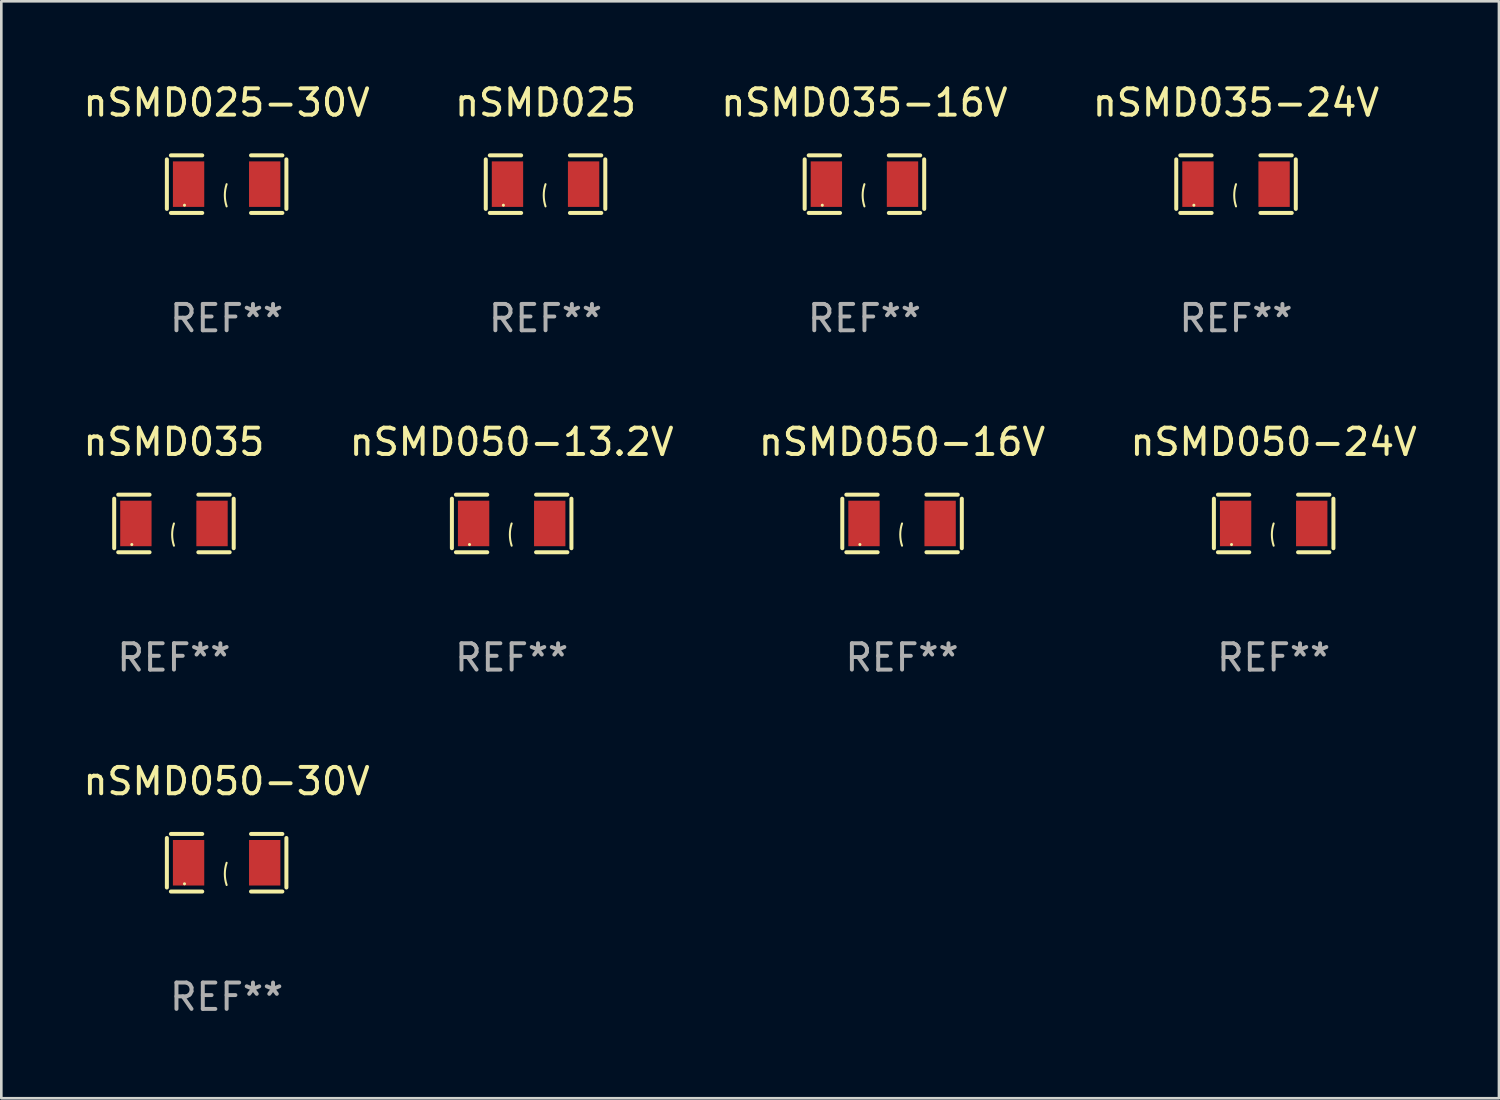
<source format=kicad_pcb>
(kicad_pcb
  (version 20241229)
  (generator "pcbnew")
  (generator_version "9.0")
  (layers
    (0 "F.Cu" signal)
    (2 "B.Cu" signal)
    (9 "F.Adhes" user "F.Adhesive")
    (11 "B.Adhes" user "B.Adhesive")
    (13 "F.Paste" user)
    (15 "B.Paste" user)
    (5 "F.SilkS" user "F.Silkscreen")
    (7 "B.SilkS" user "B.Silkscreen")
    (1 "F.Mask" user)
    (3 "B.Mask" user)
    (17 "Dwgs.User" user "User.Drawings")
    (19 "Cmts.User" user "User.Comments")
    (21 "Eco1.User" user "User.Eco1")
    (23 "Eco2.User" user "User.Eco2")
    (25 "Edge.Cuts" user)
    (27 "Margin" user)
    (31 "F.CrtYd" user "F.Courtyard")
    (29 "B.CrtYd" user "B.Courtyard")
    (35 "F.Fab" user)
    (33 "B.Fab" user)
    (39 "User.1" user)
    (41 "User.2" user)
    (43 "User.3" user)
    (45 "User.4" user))
  (footprint "nSMD050-16V"
    (layer "F.Cu")
    (at 31.196 16.823)
    (property "Reference" "nSMD050-16V" (at 0 -3.093 0) (layer "F.SilkS") (effects (font (size 1 1) (thickness 0.15))))
    (attr through_hole)
    (fp_line (start -2.269 -0.94) (end -2.269 0.94) (stroke (width 0.152) (type solid)) (layer "F.SilkS"))
    (fp_line (start -2.116 1.093) (end -0.926 1.093) (stroke (width 0.152) (type solid)) (layer "F.SilkS"))
    (fp_line (start -0.926 -1.093) (end -2.116 -1.093) (stroke (width 0.152) (type solid)) (layer "F.SilkS"))
    (fp_line (start 0.926 -1.093) (end 2.116 -1.093) (stroke (width 0.152) (type solid)) (layer "F.SilkS"))
    (fp_line (start 2.116 1.093) (end 0.926 1.093) (stroke (width 0.152) (type solid)) (layer "F.SilkS"))
    (fp_line (start 2.269 -0.94) (end 2.269 0.94) (stroke (width 0.152) (type solid)) (layer "F.SilkS"))
    (fp_arc (start 0 0.844951) (mid -0.068559 0.422475) (end 0 0) (stroke (width 0.0762) (type solid)) (layer "F.SilkS"))
    (fp_circle (center -1.6 0.8) (end -1.57 0.8) (stroke (width 0.06) (type solid)) (fill no) (layer "F.SilkS"))
    (fp_text user "REF**" (at 0 5.093 0) (layer "F.Fab") (effects (font (size 1 1) (thickness 0.15))))
    (pad "1" smd rect (at -1.445 0) (size 1.19 1.728) (layers "F.Cu" "F.Mask" "F.Paste"))
    (pad "2" smd rect (at 1.445 0) (size 1.19 1.728) (layers "F.Cu" "F.Mask" "F.Paste")))
  (footprint "nSMD035"
    (layer "F.Cu")
    (at 3.554 16.823)
    (property "Reference" "nSMD035" (at 0 -3.093 0) (layer "F.SilkS") (effects (font (size 1 1) (thickness 0.15))))
    (attr through_hole)
    (fp_line (start -2.269 -0.94) (end -2.269 0.94) (stroke (width 0.152) (type solid)) (layer "F.SilkS"))
    (fp_line (start -2.116 1.093) (end -0.926 1.093) (stroke (width 0.152) (type solid)) (layer "F.SilkS"))
    (fp_line (start -0.926 -1.093) (end -2.116 -1.093) (stroke (width 0.152) (type solid)) (layer "F.SilkS"))
    (fp_line (start 0.926 -1.093) (end 2.116 -1.093) (stroke (width 0.152) (type solid)) (layer "F.SilkS"))
    (fp_line (start 2.116 1.093) (end 0.926 1.093) (stroke (width 0.152) (type solid)) (layer "F.SilkS"))
    (fp_line (start 2.269 -0.94) (end 2.269 0.94) (stroke (width 0.152) (type solid)) (layer "F.SilkS"))
    (fp_arc (start 0 0.844951) (mid -0.068559 0.422475) (end 0 0) (stroke (width 0.0762) (type solid)) (layer "F.SilkS"))
    (fp_circle (center -1.6 0.8) (end -1.57 0.8) (stroke (width 0.06) (type solid)) (fill no) (layer "F.SilkS"))
    (fp_text user "REF**" (at 0 5.093 0) (layer "F.Fab") (effects (font (size 1 1) (thickness 0.15))))
    (pad "1" smd rect (at -1.445 0) (size 1.19 1.728) (layers "F.Cu" "F.Mask" "F.Paste"))
    (pad "2" smd rect (at 1.445 0) (size 1.19 1.728) (layers "F.Cu" "F.Mask" "F.Paste")))
  (footprint "nSMD035-16V"
    (layer "F.Cu")
    (at 29.768 3.941)
    (property "Reference" "nSMD035-16V" (at 0 -3.093 0) (layer "F.SilkS") (effects (font (size 1 1) (thickness 0.15))))
    (attr through_hole)
    (fp_line (start -2.269 -0.94) (end -2.269 0.94) (stroke (width 0.152) (type solid)) (layer "F.SilkS"))
    (fp_line (start -2.116 1.093) (end -0.926 1.093) (stroke (width 0.152) (type solid)) (layer "F.SilkS"))
    (fp_line (start -0.926 -1.093) (end -2.116 -1.093) (stroke (width 0.152) (type solid)) (layer "F.SilkS"))
    (fp_line (start 0.926 -1.093) (end 2.116 -1.093) (stroke (width 0.152) (type solid)) (layer "F.SilkS"))
    (fp_line (start 2.116 1.093) (end 0.926 1.093) (stroke (width 0.152) (type solid)) (layer "F.SilkS"))
    (fp_line (start 2.269 -0.94) (end 2.269 0.94) (stroke (width 0.152) (type solid)) (layer "F.SilkS"))
    (fp_arc (start 0 0.844951) (mid -0.068559 0.422475) (end 0 0) (stroke (width 0.0762) (type solid)) (layer "F.SilkS"))
    (fp_circle (center -1.6 0.8) (end -1.57 0.8) (stroke (width 0.06) (type solid)) (fill no) (layer "F.SilkS"))
    (fp_text user "REF**" (at 0 5.093 0) (layer "F.Fab") (effects (font (size 1 1) (thickness 0.15))))
    (pad "1" smd rect (at -1.445 0) (size 1.19 1.728) (layers "F.Cu" "F.Mask" "F.Paste"))
    (pad "2" smd rect (at 1.445 0) (size 1.19 1.728) (layers "F.Cu" "F.Mask" "F.Paste")))
  (footprint "nSMD050-24V"
    (layer "F.Cu")
    (at 45.304 16.823)
    (property "Reference" "nSMD050-24V" (at 0 -3.093 0) (layer "F.SilkS") (effects (font (size 1 1) (thickness 0.15))))
    (attr through_hole)
    (fp_line (start -2.269 -0.94) (end -2.269 0.94) (stroke (width 0.152) (type solid)) (layer "F.SilkS"))
    (fp_line (start -2.116 1.093) (end -0.926 1.093) (stroke (width 0.152) (type solid)) (layer "F.SilkS"))
    (fp_line (start -0.926 -1.093) (end -2.116 -1.093) (stroke (width 0.152) (type solid)) (layer "F.SilkS"))
    (fp_line (start 0.926 -1.093) (end 2.116 -1.093) (stroke (width 0.152) (type solid)) (layer "F.SilkS"))
    (fp_line (start 2.116 1.093) (end 0.926 1.093) (stroke (width 0.152) (type solid)) (layer "F.SilkS"))
    (fp_line (start 2.269 -0.94) (end 2.269 0.94) (stroke (width 0.152) (type solid)) (layer "F.SilkS"))
    (fp_arc (start 0 0.844951) (mid -0.068559 0.422475) (end 0 0) (stroke (width 0.0762) (type solid)) (layer "F.SilkS"))
    (fp_circle (center -1.6 0.8) (end -1.57 0.8) (stroke (width 0.06) (type solid)) (fill no) (layer "F.SilkS"))
    (fp_text user "REF**" (at 0 5.093 0) (layer "F.Fab") (effects (font (size 1 1) (thickness 0.15))))
    (pad "1" smd rect (at -1.445 0) (size 1.19 1.728) (layers "F.Cu" "F.Mask" "F.Paste"))
    (pad "2" smd rect (at 1.445 0) (size 1.19 1.728) (layers "F.Cu" "F.Mask" "F.Paste")))
  (footprint "nSMD025-30V"
    (layer "F.Cu")
    (at 5.554 3.941)
    (property "Reference" "nSMD025-30V" (at 0 -3.093 0) (layer "F.SilkS") (effects (font (size 1 1) (thickness 0.15))))
    (attr through_hole)
    (fp_line (start -2.269 -0.94) (end -2.269 0.94) (stroke (width 0.152) (type solid)) (layer "F.SilkS"))
    (fp_line (start -2.116 1.093) (end -0.926 1.093) (stroke (width 0.152) (type solid)) (layer "F.SilkS"))
    (fp_line (start -0.926 -1.093) (end -2.116 -1.093) (stroke (width 0.152) (type solid)) (layer "F.SilkS"))
    (fp_line (start 0.926 -1.093) (end 2.116 -1.093) (stroke (width 0.152) (type solid)) (layer "F.SilkS"))
    (fp_line (start 2.116 1.093) (end 0.926 1.093) (stroke (width 0.152) (type solid)) (layer "F.SilkS"))
    (fp_line (start 2.269 -0.94) (end 2.269 0.94) (stroke (width 0.152) (type solid)) (layer "F.SilkS"))
    (fp_arc (start 0 0.844951) (mid -0.068559 0.422475) (end 0 0) (stroke (width 0.0762) (type solid)) (layer "F.SilkS"))
    (fp_circle (center -1.6 0.8) (end -1.57 0.8) (stroke (width 0.06) (type solid)) (fill no) (layer "F.SilkS"))
    (fp_text user "REF**" (at 0 5.093 0) (layer "F.Fab") (effects (font (size 1 1) (thickness 0.15))))
    (pad "1" smd rect (at -1.445 0) (size 1.19 1.728) (layers "F.Cu" "F.Mask" "F.Paste"))
    (pad "2" smd rect (at 1.445 0) (size 1.19 1.728) (layers "F.Cu" "F.Mask" "F.Paste")))
  (footprint "nSMD035-24V"
    (layer "F.Cu")
    (at 43.875 3.941)
    (property "Reference" "nSMD035-24V" (at 0 -3.093 0) (layer "F.SilkS") (effects (font (size 1 1) (thickness 0.15))))
    (attr through_hole)
    (fp_line (start -2.269 -0.94) (end -2.269 0.94) (stroke (width 0.152) (type solid)) (layer "F.SilkS"))
    (fp_line (start -2.116 1.093) (end -0.926 1.093) (stroke (width 0.152) (type solid)) (layer "F.SilkS"))
    (fp_line (start -0.926 -1.093) (end -2.116 -1.093) (stroke (width 0.152) (type solid)) (layer "F.SilkS"))
    (fp_line (start 0.926 -1.093) (end 2.116 -1.093) (stroke (width 0.152) (type solid)) (layer "F.SilkS"))
    (fp_line (start 2.116 1.093) (end 0.926 1.093) (stroke (width 0.152) (type solid)) (layer "F.SilkS"))
    (fp_line (start 2.269 -0.94) (end 2.269 0.94) (stroke (width 0.152) (type solid)) (layer "F.SilkS"))
    (fp_arc (start 0 0.844951) (mid -0.068559 0.422475) (end 0 0) (stroke (width 0.0762) (type solid)) (layer "F.SilkS"))
    (fp_circle (center -1.6 0.8) (end -1.57 0.8) (stroke (width 0.06) (type solid)) (fill no) (layer "F.SilkS"))
    (fp_text user "REF**" (at 0 5.093 0) (layer "F.Fab") (effects (font (size 1 1) (thickness 0.15))))
    (pad "1" smd rect (at -1.445 0) (size 1.19 1.728) (layers "F.Cu" "F.Mask" "F.Paste"))
    (pad "2" smd rect (at 1.445 0) (size 1.19 1.728) (layers "F.Cu" "F.Mask" "F.Paste")))
  (footprint "nSMD050-30V"
    (layer "F.Cu")
    (at 5.554 29.704)
    (property "Reference" "nSMD050-30V" (at 0 -3.093 0) (layer "F.SilkS") (effects (font (size 1 1) (thickness 0.15))))
    (attr through_hole)
    (fp_line (start -2.269 -0.94) (end -2.269 0.94) (stroke (width 0.152) (type solid)) (layer "F.SilkS"))
    (fp_line (start -2.116 1.093) (end -0.926 1.093) (stroke (width 0.152) (type solid)) (layer "F.SilkS"))
    (fp_line (start -0.926 -1.093) (end -2.116 -1.093) (stroke (width 0.152) (type solid)) (layer "F.SilkS"))
    (fp_line (start 0.926 -1.093) (end 2.116 -1.093) (stroke (width 0.152) (type solid)) (layer "F.SilkS"))
    (fp_line (start 2.116 1.093) (end 0.926 1.093) (stroke (width 0.152) (type solid)) (layer "F.SilkS"))
    (fp_line (start 2.269 -0.94) (end 2.269 0.94) (stroke (width 0.152) (type solid)) (layer "F.SilkS"))
    (fp_arc (start 0 0.844951) (mid -0.068559 0.422475) (end 0 0) (stroke (width 0.0762) (type solid)) (layer "F.SilkS"))
    (fp_circle (center -1.6 0.8) (end -1.57 0.8) (stroke (width 0.06) (type solid)) (fill no) (layer "F.SilkS"))
    (fp_text user "REF**" (at 0 5.093 0) (layer "F.Fab") (effects (font (size 1 1) (thickness 0.15))))
    (pad "1" smd rect (at -1.445 0) (size 1.19 1.728) (layers "F.Cu" "F.Mask" "F.Paste"))
    (pad "2" smd rect (at 1.445 0) (size 1.19 1.728) (layers "F.Cu" "F.Mask" "F.Paste")))
  (footprint "nSMD025"
    (layer "F.Cu")
    (at 17.661 3.941)
    (property "Reference" "nSMD025" (at 0 -3.093 0) (layer "F.SilkS") (effects (font (size 1 1) (thickness 0.15))))
    (attr through_hole)
    (fp_line (start -2.269 -0.94) (end -2.269 0.94) (stroke (width 0.152) (type solid)) (layer "F.SilkS"))
    (fp_line (start -2.116 1.093) (end -0.926 1.093) (stroke (width 0.152) (type solid)) (layer "F.SilkS"))
    (fp_line (start -0.926 -1.093) (end -2.116 -1.093) (stroke (width 0.152) (type solid)) (layer "F.SilkS"))
    (fp_line (start 0.926 -1.093) (end 2.116 -1.093) (stroke (width 0.152) (type solid)) (layer "F.SilkS"))
    (fp_line (start 2.116 1.093) (end 0.926 1.093) (stroke (width 0.152) (type solid)) (layer "F.SilkS"))
    (fp_line (start 2.269 -0.94) (end 2.269 0.94) (stroke (width 0.152) (type solid)) (layer "F.SilkS"))
    (fp_arc (start 0 0.844951) (mid -0.068559 0.422475) (end 0 0) (stroke (width 0.0762) (type solid)) (layer "F.SilkS"))
    (fp_circle (center -1.6 0.8) (end -1.57 0.8) (stroke (width 0.06) (type solid)) (fill no) (layer "F.SilkS"))
    (fp_text user "REF**" (at 0 5.093 0) (layer "F.Fab") (effects (font (size 1 1) (thickness 0.15))))
    (pad "1" smd rect (at -1.445 0) (size 1.19 1.728) (layers "F.Cu" "F.Mask" "F.Paste"))
    (pad "2" smd rect (at 1.445 0) (size 1.19 1.728) (layers "F.Cu" "F.Mask" "F.Paste")))
  (footprint "nSMD050-13.2V"
    (layer "F.Cu")
    (at 16.375 16.823)
    (property "Reference" "nSMD050-13.2V" (at 0 -3.093 0) (layer "F.SilkS") (effects (font (size 1 1) (thickness 0.15))))
    (attr through_hole)
    (fp_line (start -2.269 -0.94) (end -2.269 0.94) (stroke (width 0.152) (type solid)) (layer "F.SilkS"))
    (fp_line (start -2.116 1.093) (end -0.926 1.093) (stroke (width 0.152) (type solid)) (layer "F.SilkS"))
    (fp_line (start -0.926 -1.093) (end -2.116 -1.093) (stroke (width 0.152) (type solid)) (layer "F.SilkS"))
    (fp_line (start 0.926 -1.093) (end 2.116 -1.093) (stroke (width 0.152) (type solid)) (layer "F.SilkS"))
    (fp_line (start 2.116 1.093) (end 0.926 1.093) (stroke (width 0.152) (type solid)) (layer "F.SilkS"))
    (fp_line (start 2.269 -0.94) (end 2.269 0.94) (stroke (width 0.152) (type solid)) (layer "F.SilkS"))
    (fp_arc (start 0 0.844951) (mid -0.068559 0.422475) (end 0 0) (stroke (width 0.0762) (type solid)) (layer "F.SilkS"))
    (fp_circle (center -1.6 0.8) (end -1.57 0.8) (stroke (width 0.06) (type solid)) (fill no) (layer "F.SilkS"))
    (fp_text user "REF**" (at 0 5.093 0) (layer "F.Fab") (effects (font (size 1 1) (thickness 0.15))))
    (pad "1" smd rect (at -1.445 0) (size 1.19 1.728) (layers "F.Cu" "F.Mask" "F.Paste"))
    (pad "2" smd rect (at 1.445 0) (size 1.19 1.728) (layers "F.Cu" "F.Mask" "F.Paste")))
  (gr_rect
    (start -3 -3)
    (end 53.857 38.645)
    (stroke (width 0.1) (type default))
    (fill no)
    (layer "Edge.Cuts")))
</source>
